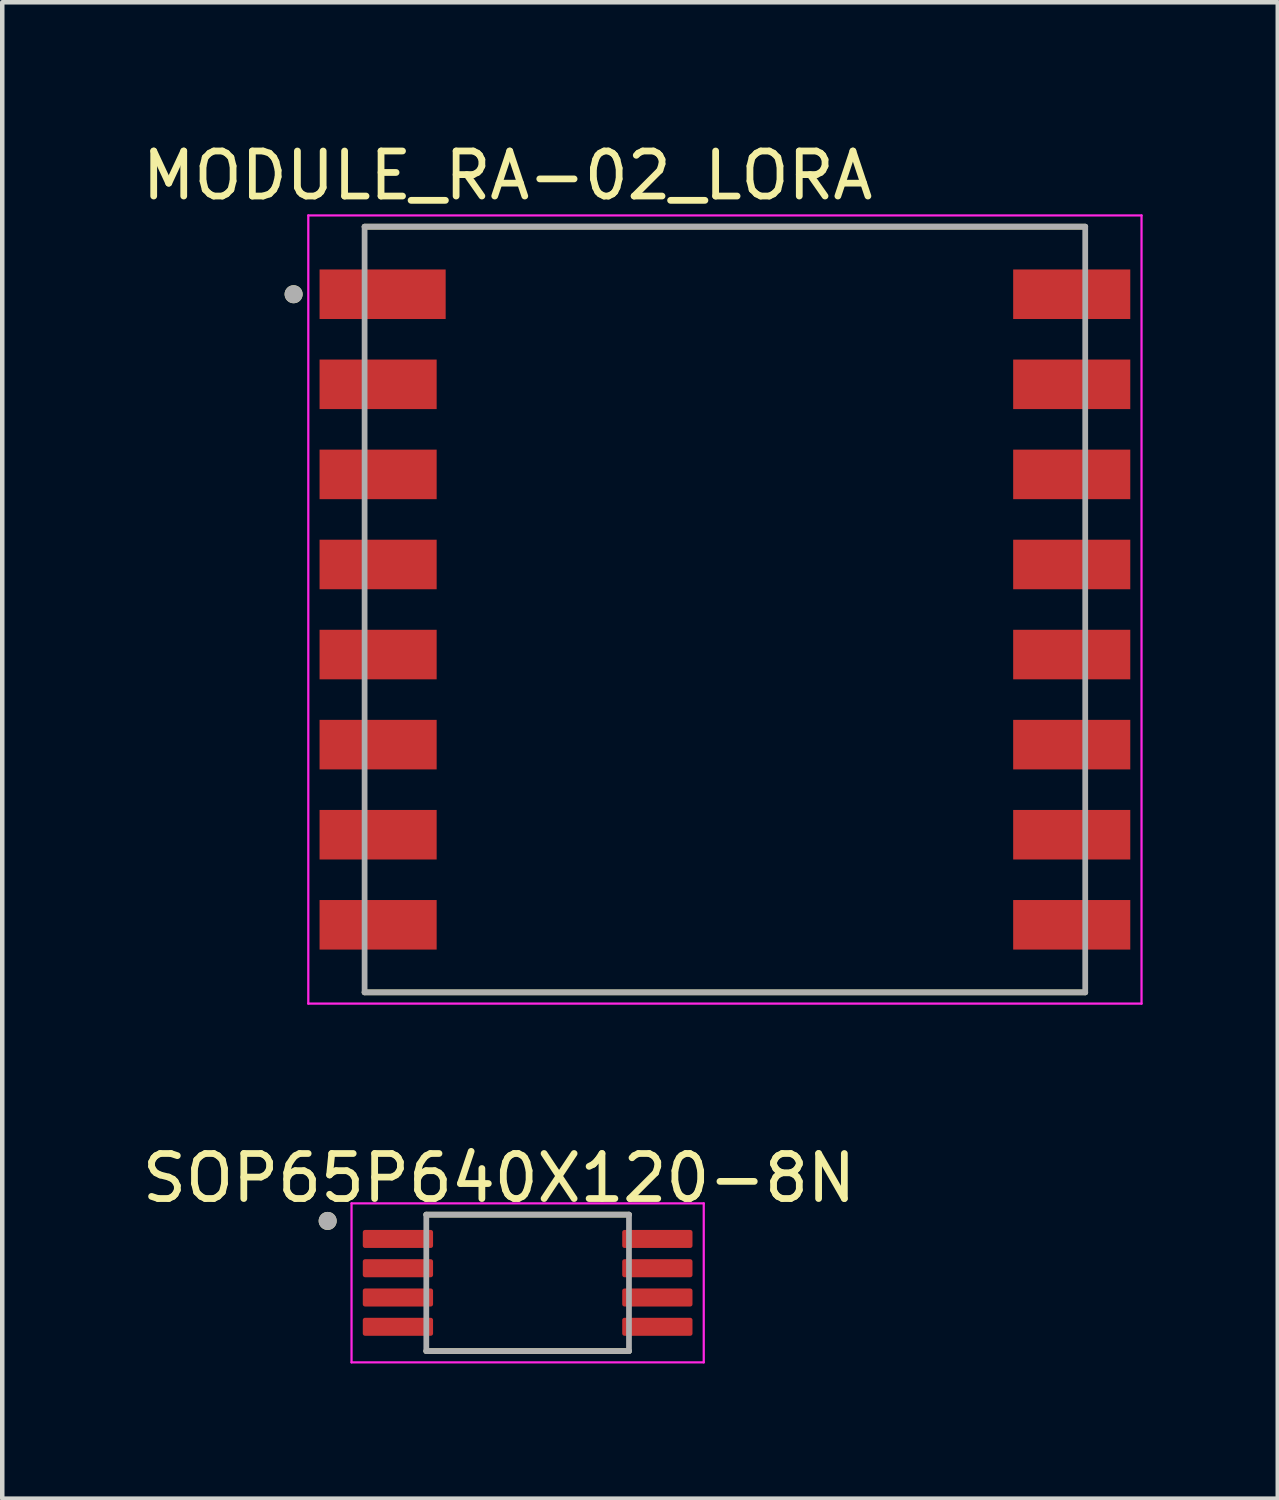
<source format=kicad_pcb>
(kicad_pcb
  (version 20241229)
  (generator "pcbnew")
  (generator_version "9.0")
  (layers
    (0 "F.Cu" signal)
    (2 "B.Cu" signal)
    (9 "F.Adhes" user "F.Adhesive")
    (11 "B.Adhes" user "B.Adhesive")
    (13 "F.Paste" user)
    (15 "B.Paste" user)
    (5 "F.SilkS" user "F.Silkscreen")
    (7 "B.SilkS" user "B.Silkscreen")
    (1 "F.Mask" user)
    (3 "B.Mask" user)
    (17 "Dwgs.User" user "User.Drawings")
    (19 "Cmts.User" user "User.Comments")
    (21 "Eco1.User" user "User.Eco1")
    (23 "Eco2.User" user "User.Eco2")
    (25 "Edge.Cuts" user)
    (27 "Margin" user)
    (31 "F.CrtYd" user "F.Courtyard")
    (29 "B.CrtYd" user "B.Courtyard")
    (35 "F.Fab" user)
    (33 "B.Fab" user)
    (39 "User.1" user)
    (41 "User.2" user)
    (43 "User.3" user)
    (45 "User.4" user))
  (footprint "MODULE_RA-02_LORA"
    (layer "F.Cu")
    (at 13.045 10.483)
    (property "Reference" "MODULE_RA-02_LORA" (at -4.825 -9.635 0) (layer "F.SilkS") (effects (font (size 1 1) (thickness 0.15))))
    (attr smd)
    (fp_line (start -8 -8.5) (end 8 -8.5) (stroke (width 0.127) (type solid)) (layer "F.SilkS"))
    (fp_line (start -8 8.5) (end 8 8.5) (stroke (width 0.127) (type solid)) (layer "F.SilkS"))
    (fp_circle (center -9.576 -7) (end -9.476 -7) (stroke (width 0.2) (type solid)) (fill no) (layer "F.SilkS"))
    (fp_line (start -9.25 -8.75) (end 9.25 -8.75) (stroke (width 0.05) (type solid)) (layer "F.CrtYd"))
    (fp_line (start -9.25 8.75) (end -9.25 -8.75) (stroke (width 0.05) (type solid)) (layer "F.CrtYd"))
    (fp_line (start 9.25 -8.75) (end 9.25 8.75) (stroke (width 0.05) (type solid)) (layer "F.CrtYd"))
    (fp_line (start 9.25 8.75) (end -9.25 8.75) (stroke (width 0.05) (type solid)) (layer "F.CrtYd"))
    (fp_line (start -8 -8.5) (end 8 -8.5) (stroke (width 0.127) (type solid)) (layer "F.Fab"))
    (fp_line (start -8 8.5) (end -8 -8.5) (stroke (width 0.127) (type solid)) (layer "F.Fab"))
    (fp_line (start 8 -8.5) (end 8 8.5) (stroke (width 0.127) (type solid)) (layer "F.Fab"))
    (fp_line (start 8 8.5) (end -8 8.5) (stroke (width 0.127) (type solid)) (layer "F.Fab"))
    (fp_circle (center -9.576 -7) (end -9.476 -7) (stroke (width 0.2) (type solid)) (fill no) (layer "F.Fab"))
    (pad "1" smd rect (at -7.6 -7) (size 2.8 1.1) (layers "F.Cu" "F.Mask" "F.Paste"))
    (pad "2" smd rect (at -7.7 -5) (size 2.6 1.1) (layers "F.Cu" "F.Mask" "F.Paste"))
    (pad "3" smd rect (at -7.7 -3) (size 2.6 1.1) (layers "F.Cu" "F.Mask" "F.Paste"))
    (pad "4" smd rect (at -7.7 -1) (size 2.6 1.1) (layers "F.Cu" "F.Mask" "F.Paste"))
    (pad "5" smd rect (at -7.7 1) (size 2.6 1.1) (layers "F.Cu" "F.Mask" "F.Paste"))
    (pad "6" smd rect (at -7.7 3) (size 2.6 1.1) (layers "F.Cu" "F.Mask" "F.Paste"))
    (pad "7" smd rect (at -7.7 5) (size 2.6 1.1) (layers "F.Cu" "F.Mask" "F.Paste"))
    (pad "8" smd rect (at -7.7 7) (size 2.6 1.1) (layers "F.Cu" "F.Mask" "F.Paste"))
    (pad "9" smd rect (at 7.7 7) (size 2.6 1.1) (layers "F.Cu" "F.Mask" "F.Paste"))
    (pad "10" smd rect (at 7.7 5) (size 2.6 1.1) (layers "F.Cu" "F.Mask" "F.Paste"))
    (pad "11" smd rect (at 7.7 3) (size 2.6 1.1) (layers "F.Cu" "F.Mask" "F.Paste"))
    (pad "12" smd rect (at 7.7 1) (size 2.6 1.1) (layers "F.Cu" "F.Mask" "F.Paste"))
    (pad "13" smd rect (at 7.7 -1) (size 2.6 1.1) (layers "F.Cu" "F.Mask" "F.Paste"))
    (pad "14" smd rect (at 7.7 -3) (size 2.6 1.1) (layers "F.Cu" "F.Mask" "F.Paste"))
    (pad "15" smd rect (at 7.7 -5) (size 2.6 1.1) (layers "F.Cu" "F.Mask" "F.Paste"))
    (pad "16" smd rect (at 7.7 -7) (size 2.6 1.1) (layers "F.Cu" "F.Mask" "F.Paste")))
  (footprint "SOP65P640X120-8N"
    (layer "F.Cu")
    (at 8.665 25.433)
    (property "Reference" "SOP65P640X120-8N" (at -0.635 -2.327 0) (layer "F.SilkS") (effects (font (size 1 1) (thickness 0.15))))
    (attr smd)
    (fp_line (start -2.25 -1.515) (end 2.25 -1.515) (stroke (width 0.127) (type solid)) (layer "F.SilkS"))
    (fp_line (start -2.25 1.515) (end 2.25 1.515) (stroke (width 0.127) (type solid)) (layer "F.SilkS"))
    (fp_circle (center -4.44 -1.375) (end -4.34 -1.375) (stroke (width 0.2) (type solid)) (fill no) (layer "F.SilkS"))
    (fp_line (start -3.91 -1.765) (end -3.91 1.765) (stroke (width 0.05) (type solid)) (layer "F.CrtYd"))
    (fp_line (start -3.91 -1.765) (end 3.91 -1.765) (stroke (width 0.05) (type solid)) (layer "F.CrtYd"))
    (fp_line (start -3.91 1.765) (end 3.91 1.765) (stroke (width 0.05) (type solid)) (layer "F.CrtYd"))
    (fp_line (start 3.91 -1.765) (end 3.91 1.765) (stroke (width 0.05) (type solid)) (layer "F.CrtYd"))
    (fp_line (start -2.25 -1.515) (end -2.25 1.515) (stroke (width 0.127) (type solid)) (layer "F.Fab"))
    (fp_line (start -2.25 -1.515) (end 2.25 -1.515) (stroke (width 0.127) (type solid)) (layer "F.Fab"))
    (fp_line (start -2.25 1.515) (end 2.25 1.515) (stroke (width 0.127) (type solid)) (layer "F.Fab"))
    (fp_line (start 2.25 -1.515) (end 2.25 1.515) (stroke (width 0.127) (type solid)) (layer "F.Fab"))
    (fp_circle (center -4.44 -1.375) (end -4.34 -1.375) (stroke (width 0.2) (type solid)) (fill no) (layer "F.Fab"))
    (pad "1" smd roundrect (at -2.88 -0.975) (size 1.56 0.4) (layers "F.Cu" "F.Mask" "F.Paste") (roundrect_rratio 0.125))
    (pad "2" smd roundrect (at -2.88 -0.325) (size 1.56 0.4) (layers "F.Cu" "F.Mask" "F.Paste") (roundrect_rratio 0.125))
    (pad "3" smd roundrect (at -2.88 0.325) (size 1.56 0.4) (layers "F.Cu" "F.Mask" "F.Paste") (roundrect_rratio 0.125))
    (pad "4" smd roundrect (at -2.88 0.975) (size 1.56 0.4) (layers "F.Cu" "F.Mask" "F.Paste") (roundrect_rratio 0.125))
    (pad "5" smd roundrect (at 2.88 0.975) (size 1.56 0.4) (layers "F.Cu" "F.Mask" "F.Paste") (roundrect_rratio 0.125))
    (pad "6" smd roundrect (at 2.88 0.325) (size 1.56 0.4) (layers "F.Cu" "F.Mask" "F.Paste") (roundrect_rratio 0.125))
    (pad "7" smd roundrect (at 2.88 -0.325) (size 1.56 0.4) (layers "F.Cu" "F.Mask" "F.Paste") (roundrect_rratio 0.125))
    (pad "8" smd roundrect (at 2.88 -0.975) (size 1.56 0.4) (layers "F.Cu" "F.Mask" "F.Paste") (roundrect_rratio 0.125)))
  (gr_rect
    (start -3 -3)
    (end 25.32 30.224)
    (stroke (width 0.1) (type default))
    (fill no)
    (layer "Edge.Cuts")))
</source>
